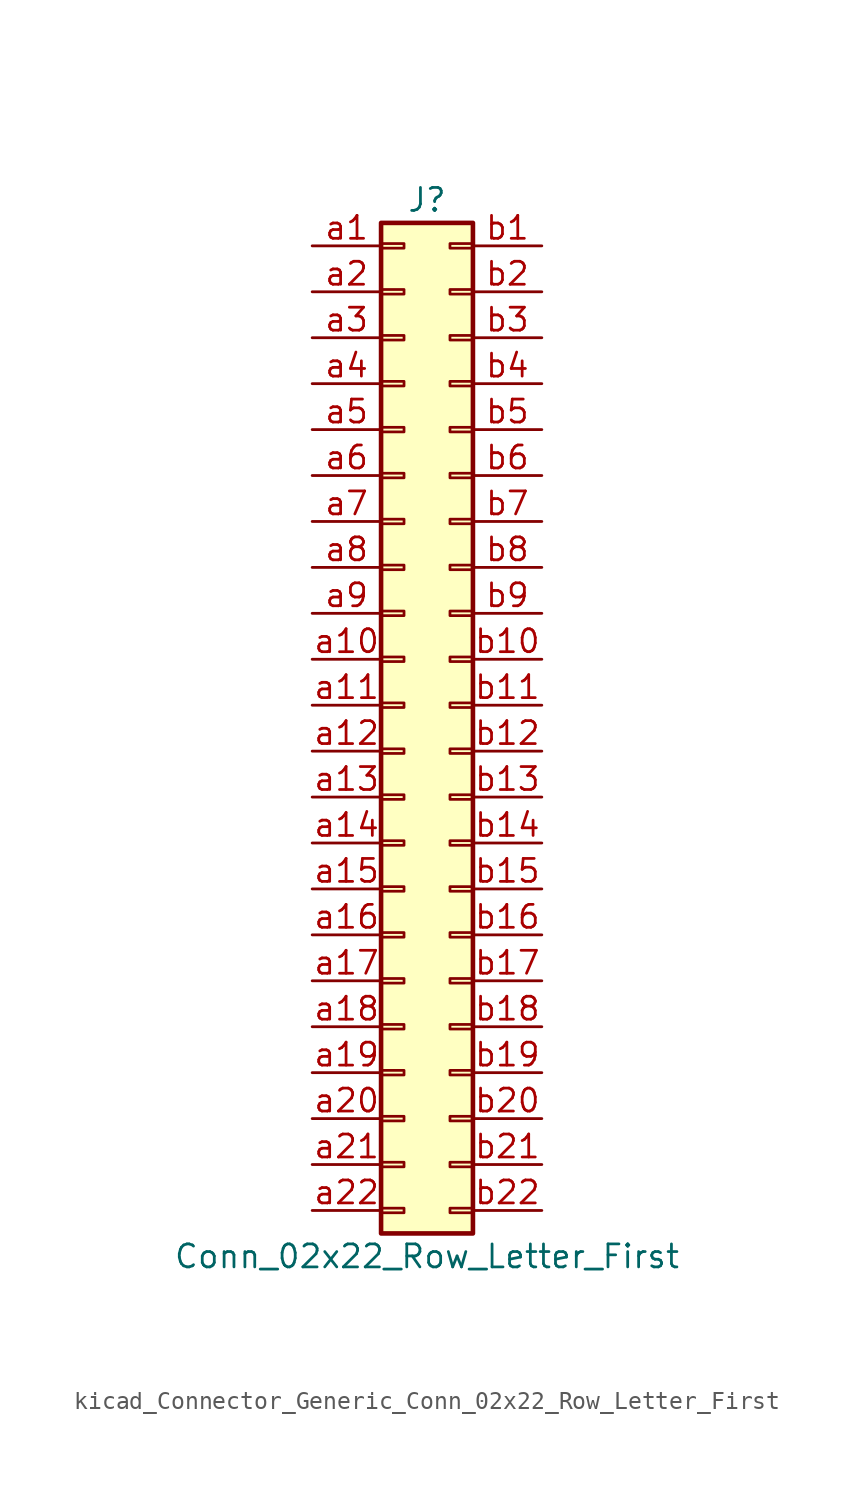
<source format=kicad_sym>
(kicad_symbol_lib
  (version 20220914)
  (generator kicad_symbol_editor)
  (symbol "kicad_Connector_Generic_Conn_02x22_Row_Letter_First"
    (pin_names
      (offset 1.016) hide)
    (property "Reference" "J"
      (at 1.27 27.94 0)
      (effects (font (size 1.27 1.27))))
    (property "Value" "Conn_02x22_Row_Letter_First"
      (at 1.27 -30.48 0)
      (effects (font (size 1.27 1.27))))
    (symbol "kicad_Connector_Generic_Conn_02x22_Row_Letter_First_1_1"
      (rectangle (start -1.27 -27.813) (end 0 -28.067) (stroke (width 0.152) (type default)) (fill (type none)))
      (rectangle (start -1.27 -25.273) (end 0 -25.527) (stroke (width 0.152) (type default)) (fill (type none)))
      (rectangle (start -1.27 -22.733) (end 0 -22.987) (stroke (width 0.152) (type default)) (fill (type none)))
      (rectangle (start -1.27 -20.193) (end 0 -20.447) (stroke (width 0.152) (type default)) (fill (type none)))
      (rectangle (start -1.27 -17.653) (end 0 -17.907) (stroke (width 0.152) (type default)) (fill (type none)))
      (rectangle (start -1.27 -15.113) (end 0 -15.367) (stroke (width 0.152) (type default)) (fill (type none)))
      (rectangle (start -1.27 -12.573) (end 0 -12.827) (stroke (width 0.152) (type default)) (fill (type none)))
      (rectangle (start -1.27 -10.033) (end 0 -10.287) (stroke (width 0.152) (type default)) (fill (type none)))
      (rectangle (start -1.27 -7.493) (end 0 -7.747) (stroke (width 0.152) (type default)) (fill (type none)))
      (rectangle (start -1.27 -4.953) (end 0 -5.207) (stroke (width 0.152) (type default)) (fill (type none)))
      (rectangle (start -1.27 -2.413) (end 0 -2.667) (stroke (width 0.152) (type default)) (fill (type none)))
      (rectangle (start -1.27 0.127) (end 0 -0.127) (stroke (width 0.152) (type default)) (fill (type none)))
      (rectangle (start -1.27 2.667) (end 0 2.413) (stroke (width 0.152) (type default)) (fill (type none)))
      (rectangle (start -1.27 5.207) (end 0 4.953) (stroke (width 0.152) (type default)) (fill (type none)))
      (rectangle (start -1.27 7.747) (end 0 7.493) (stroke (width 0.152) (type default)) (fill (type none)))
      (rectangle (start -1.27 10.287) (end 0 10.033) (stroke (width 0.152) (type default)) (fill (type none)))
      (rectangle (start -1.27 12.827) (end 0 12.573) (stroke (width 0.152) (type default)) (fill (type none)))
      (rectangle (start -1.27 15.367) (end 0 15.113) (stroke (width 0.152) (type default)) (fill (type none)))
      (rectangle (start -1.27 17.907) (end 0 17.653) (stroke (width 0.152) (type default)) (fill (type none)))
      (rectangle (start -1.27 20.447) (end 0 20.193) (stroke (width 0.152) (type default)) (fill (type none)))
      (rectangle (start -1.27 22.987) (end 0 22.733) (stroke (width 0.152) (type default)) (fill (type none)))
      (rectangle (start -1.27 25.527) (end 0 25.273) (stroke (width 0.152) (type default)) (fill (type none)))
      (rectangle (start -1.27 26.67) (end 3.81 -29.21) (stroke (width 0.254) (type default)) (fill (type background)))
      (rectangle (start 3.81 -27.813) (end 2.54 -28.067) (stroke (width 0.152) (type default)) (fill (type none)))
      (rectangle (start 3.81 -25.273) (end 2.54 -25.527) (stroke (width 0.152) (type default)) (fill (type none)))
      (rectangle (start 3.81 -22.733) (end 2.54 -22.987) (stroke (width 0.152) (type default)) (fill (type none)))
      (rectangle (start 3.81 -20.193) (end 2.54 -20.447) (stroke (width 0.152) (type default)) (fill (type none)))
      (rectangle (start 3.81 -17.653) (end 2.54 -17.907) (stroke (width 0.152) (type default)) (fill (type none)))
      (rectangle (start 3.81 -15.113) (end 2.54 -15.367) (stroke (width 0.152) (type default)) (fill (type none)))
      (rectangle (start 3.81 -12.573) (end 2.54 -12.827) (stroke (width 0.152) (type default)) (fill (type none)))
      (rectangle (start 3.81 -10.033) (end 2.54 -10.287) (stroke (width 0.152) (type default)) (fill (type none)))
      (rectangle (start 3.81 -7.493) (end 2.54 -7.747) (stroke (width 0.152) (type default)) (fill (type none)))
      (rectangle (start 3.81 -4.953) (end 2.54 -5.207) (stroke (width 0.152) (type default)) (fill (type none)))
      (rectangle (start 3.81 -2.413) (end 2.54 -2.667) (stroke (width 0.152) (type default)) (fill (type none)))
      (rectangle (start 3.81 0.127) (end 2.54 -0.127) (stroke (width 0.152) (type default)) (fill (type none)))
      (rectangle (start 3.81 2.667) (end 2.54 2.413) (stroke (width 0.152) (type default)) (fill (type none)))
      (rectangle (start 3.81 5.207) (end 2.54 4.953) (stroke (width 0.152) (type default)) (fill (type none)))
      (rectangle (start 3.81 7.747) (end 2.54 7.493) (stroke (width 0.152) (type default)) (fill (type none)))
      (rectangle (start 3.81 10.287) (end 2.54 10.033) (stroke (width 0.152) (type default)) (fill (type none)))
      (rectangle (start 3.81 12.827) (end 2.54 12.573) (stroke (width 0.152) (type default)) (fill (type none)))
      (rectangle (start 3.81 15.367) (end 2.54 15.113) (stroke (width 0.152) (type default)) (fill (type none)))
      (rectangle (start 3.81 17.907) (end 2.54 17.653) (stroke (width 0.152) (type default)) (fill (type none)))
      (rectangle (start 3.81 20.447) (end 2.54 20.193) (stroke (width 0.152) (type default)) (fill (type none)))
      (rectangle (start 3.81 22.987) (end 2.54 22.733) (stroke (width 0.152) (type default)) (fill (type none)))
      (rectangle (start 3.81 25.527) (end 2.54 25.273) (stroke (width 0.152) (type default)) (fill (type none)))
      (pin passive line (at -5.08 25.4 0) (length 3.81) (name "Pin_a1" (effects (font (size 1.27 1.27)))) (number "a1" (effects (font (size 1.27 1.27)))))
      (pin passive line (at -5.08 2.54 0) (length 3.81) (name "Pin_a10" (effects (font (size 1.27 1.27)))) (number "a10" (effects (font (size 1.27 1.27)))))
      (pin passive line (at -5.08 0 0) (length 3.81) (name "Pin_a11" (effects (font (size 1.27 1.27)))) (number "a11" (effects (font (size 1.27 1.27)))))
      (pin passive line (at -5.08 -2.54 0) (length 3.81) (name "Pin_a12" (effects (font (size 1.27 1.27)))) (number "a12" (effects (font (size 1.27 1.27)))))
      (pin passive line (at -5.08 -5.08 0) (length 3.81) (name "Pin_a13" (effects (font (size 1.27 1.27)))) (number "a13" (effects (font (size 1.27 1.27)))))
      (pin passive line (at -5.08 -7.62 0) (length 3.81) (name "Pin_a14" (effects (font (size 1.27 1.27)))) (number "a14" (effects (font (size 1.27 1.27)))))
      (pin passive line (at -5.08 -10.16 0) (length 3.81) (name "Pin_a15" (effects (font (size 1.27 1.27)))) (number "a15" (effects (font (size 1.27 1.27)))))
      (pin passive line (at -5.08 -12.7 0) (length 3.81) (name "Pin_a16" (effects (font (size 1.27 1.27)))) (number "a16" (effects (font (size 1.27 1.27)))))
      (pin passive line (at -5.08 -15.24 0) (length 3.81) (name "Pin_a17" (effects (font (size 1.27 1.27)))) (number "a17" (effects (font (size 1.27 1.27)))))
      (pin passive line (at -5.08 -17.78 0) (length 3.81) (name "Pin_a18" (effects (font (size 1.27 1.27)))) (number "a18" (effects (font (size 1.27 1.27)))))
      (pin passive line (at -5.08 -20.32 0) (length 3.81) (name "Pin_a19" (effects (font (size 1.27 1.27)))) (number "a19" (effects (font (size 1.27 1.27)))))
      (pin passive line (at -5.08 22.86 0) (length 3.81) (name "Pin_a2" (effects (font (size 1.27 1.27)))) (number "a2" (effects (font (size 1.27 1.27)))))
      (pin passive line (at -5.08 -22.86 0) (length 3.81) (name "Pin_a20" (effects (font (size 1.27 1.27)))) (number "a20" (effects (font (size 1.27 1.27)))))
      (pin passive line (at -5.08 -25.4 0) (length 3.81) (name "Pin_a21" (effects (font (size 1.27 1.27)))) (number "a21" (effects (font (size 1.27 1.27)))))
      (pin passive line (at -5.08 -27.94 0) (length 3.81) (name "Pin_a22" (effects (font (size 1.27 1.27)))) (number "a22" (effects (font (size 1.27 1.27)))))
      (pin passive line (at -5.08 20.32 0) (length 3.81) (name "Pin_a3" (effects (font (size 1.27 1.27)))) (number "a3" (effects (font (size 1.27 1.27)))))
      (pin passive line (at -5.08 17.78 0) (length 3.81) (name "Pin_a4" (effects (font (size 1.27 1.27)))) (number "a4" (effects (font (size 1.27 1.27)))))
      (pin passive line (at -5.08 15.24 0) (length 3.81) (name "Pin_a5" (effects (font (size 1.27 1.27)))) (number "a5" (effects (font (size 1.27 1.27)))))
      (pin passive line (at -5.08 12.7 0) (length 3.81) (name "Pin_a6" (effects (font (size 1.27 1.27)))) (number "a6" (effects (font (size 1.27 1.27)))))
      (pin passive line (at -5.08 10.16 0) (length 3.81) (name "Pin_a7" (effects (font (size 1.27 1.27)))) (number "a7" (effects (font (size 1.27 1.27)))))
      (pin passive line (at -5.08 7.62 0) (length 3.81) (name "Pin_a8" (effects (font (size 1.27 1.27)))) (number "a8" (effects (font (size 1.27 1.27)))))
      (pin passive line (at -5.08 5.08 0) (length 3.81) (name "Pin_a9" (effects (font (size 1.27 1.27)))) (number "a9" (effects (font (size 1.27 1.27)))))
      (pin passive line (at 7.62 25.4 180) (length 3.81) (name "Pin_b1" (effects (font (size 1.27 1.27)))) (number "b1" (effects (font (size 1.27 1.27)))))
      (pin passive line (at 7.62 2.54 180) (length 3.81) (name "Pin_b10" (effects (font (size 1.27 1.27)))) (number "b10" (effects (font (size 1.27 1.27)))))
      (pin passive line (at 7.62 0 180) (length 3.81) (name "Pin_b11" (effects (font (size 1.27 1.27)))) (number "b11" (effects (font (size 1.27 1.27)))))
      (pin passive line (at 7.62 -2.54 180) (length 3.81) (name "Pin_b12" (effects (font (size 1.27 1.27)))) (number "b12" (effects (font (size 1.27 1.27)))))
      (pin passive line (at 7.62 -5.08 180) (length 3.81) (name "Pin_b13" (effects (font (size 1.27 1.27)))) (number "b13" (effects (font (size 1.27 1.27)))))
      (pin passive line (at 7.62 -7.62 180) (length 3.81) (name "Pin_b14" (effects (font (size 1.27 1.27)))) (number "b14" (effects (font (size 1.27 1.27)))))
      (pin passive line (at 7.62 -10.16 180) (length 3.81) (name "Pin_b15" (effects (font (size 1.27 1.27)))) (number "b15" (effects (font (size 1.27 1.27)))))
      (pin passive line (at 7.62 -12.7 180) (length 3.81) (name "Pin_b16" (effects (font (size 1.27 1.27)))) (number "b16" (effects (font (size 1.27 1.27)))))
      (pin passive line (at 7.62 -15.24 180) (length 3.81) (name "Pin_b17" (effects (font (size 1.27 1.27)))) (number "b17" (effects (font (size 1.27 1.27)))))
      (pin passive line (at 7.62 -17.78 180) (length 3.81) (name "Pin_b18" (effects (font (size 1.27 1.27)))) (number "b18" (effects (font (size 1.27 1.27)))))
      (pin passive line (at 7.62 -20.32 180) (length 3.81) (name "Pin_b19" (effects (font (size 1.27 1.27)))) (number "b19" (effects (font (size 1.27 1.27)))))
      (pin passive line (at 7.62 22.86 180) (length 3.81) (name "Pin_b2" (effects (font (size 1.27 1.27)))) (number "b2" (effects (font (size 1.27 1.27)))))
      (pin passive line (at 7.62 -22.86 180) (length 3.81) (name "Pin_b20" (effects (font (size 1.27 1.27)))) (number "b20" (effects (font (size 1.27 1.27)))))
      (pin passive line (at 7.62 -25.4 180) (length 3.81) (name "Pin_b21" (effects (font (size 1.27 1.27)))) (number "b21" (effects (font (size 1.27 1.27)))))
      (pin passive line (at 7.62 -27.94 180) (length 3.81) (name "Pin_b22" (effects (font (size 1.27 1.27)))) (number "b22" (effects (font (size 1.27 1.27)))))
      (pin passive line (at 7.62 20.32 180) (length 3.81) (name "Pin_b3" (effects (font (size 1.27 1.27)))) (number "b3" (effects (font (size 1.27 1.27)))))
      (pin passive line (at 7.62 17.78 180) (length 3.81) (name "Pin_b4" (effects (font (size 1.27 1.27)))) (number "b4" (effects (font (size 1.27 1.27)))))
      (pin passive line (at 7.62 15.24 180) (length 3.81) (name "Pin_b5" (effects (font (size 1.27 1.27)))) (number "b5" (effects (font (size 1.27 1.27)))))
      (pin passive line (at 7.62 12.7 180) (length 3.81) (name "Pin_b6" (effects (font (size 1.27 1.27)))) (number "b6" (effects (font (size 1.27 1.27)))))
      (pin passive line (at 7.62 10.16 180) (length 3.81) (name "Pin_b7" (effects (font (size 1.27 1.27)))) (number "b7" (effects (font (size 1.27 1.27)))))
      (pin passive line (at 7.62 7.62 180) (length 3.81) (name "Pin_b8" (effects (font (size 1.27 1.27)))) (number "b8" (effects (font (size 1.27 1.27)))))
      (pin passive line (at 7.62 5.08 180) (length 3.81) (name "Pin_b9" (effects (font (size 1.27 1.27)))) (number "b9" (effects (font (size 1.27 1.27))))))))
</source>
